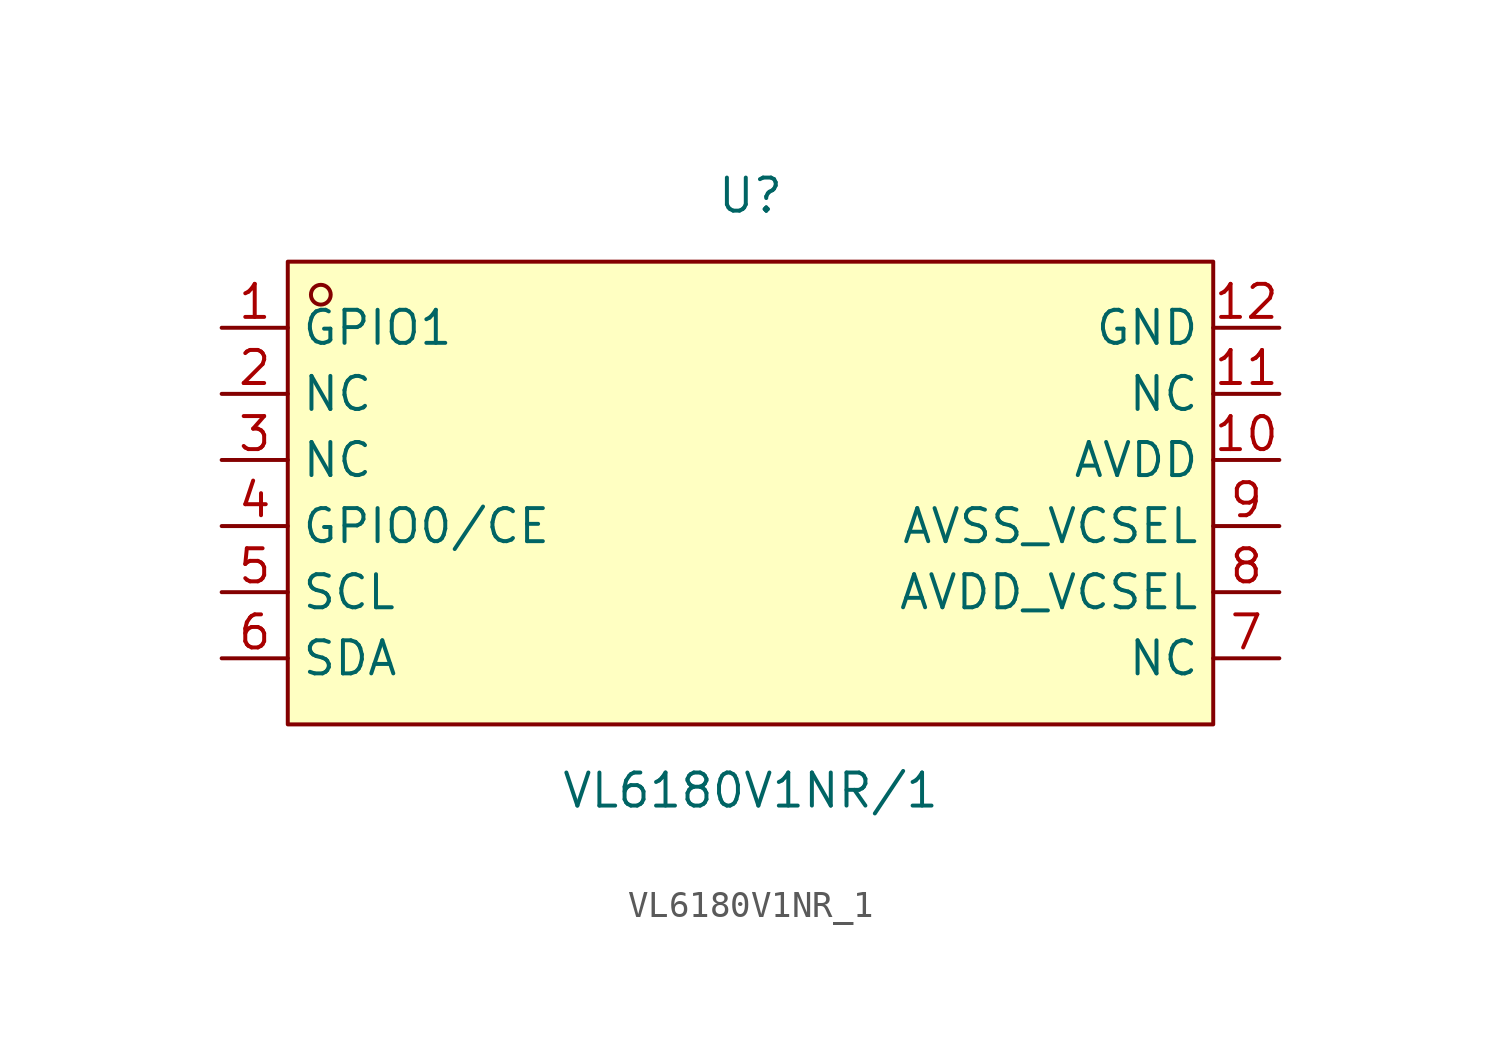
<source format=kicad_sym>
(kicad_symbol_lib
  (version 20211014)
  (generator https://github.com/uPesy/easyeda2kicad.py)
  (symbol "VL6180V1NR_1"
    (property "Reference" "U"
      (at 0 11.43 0)
      (effects (font (size 1.27 1.27))))
    (property "Value" "VL6180V1NR/1"
      (at 0 -11.43 0)
      (effects (font (size 1.27 1.27))))
    (symbol "VL6180V1NR_1_0_1"
      (rectangle (start -17.78 8.89) (end 17.78 -8.89) (stroke (width 0) (type default) (color 0 0 0 0)) (fill (type background)))
      (circle (center -16.51 7.62) (radius 0.38) (stroke (width 0) (type default) (color 0 0 0 0)) (fill (type none)))
      (pin unspecified line (at -20.32 6.35 0) (length 2.54) (name "GPIO1" (effects (font (size 1.27 1.27)))) (number "1" (effects (font (size 1.27 1.27)))))
      (pin unspecified line (at -20.32 3.81 0) (length 2.54) (name "NC" (effects (font (size 1.27 1.27)))) (number "2" (effects (font (size 1.27 1.27)))))
      (pin unspecified line (at -20.32 1.27 0) (length 2.54) (name "NC" (effects (font (size 1.27 1.27)))) (number "3" (effects (font (size 1.27 1.27)))))
      (pin unspecified line (at -20.32 -1.27 0) (length 2.54) (name "GPIO0/CE" (effects (font (size 1.27 1.27)))) (number "4" (effects (font (size 1.27 1.27)))))
      (pin unspecified line (at -20.32 -3.81 0) (length 2.54) (name "SCL" (effects (font (size 1.27 1.27)))) (number "5" (effects (font (size 1.27 1.27)))))
      (pin unspecified line (at -20.32 -6.35 0) (length 2.54) (name "SDA" (effects (font (size 1.27 1.27)))) (number "6" (effects (font (size 1.27 1.27)))))
      (pin unspecified line (at 20.32 -6.35 180) (length 2.54) (name "NC" (effects (font (size 1.27 1.27)))) (number "7" (effects (font (size 1.27 1.27)))))
      (pin unspecified line (at 20.32 -3.81 180) (length 2.54) (name "AVDD_VCSEL" (effects (font (size 1.27 1.27)))) (number "8" (effects (font (size 1.27 1.27)))))
      (pin unspecified line (at 20.32 -1.27 180) (length 2.54) (name "AVSS_VCSEL" (effects (font (size 1.27 1.27)))) (number "9" (effects (font (size 1.27 1.27)))))
      (pin unspecified line (at 20.32 1.27 180) (length 2.54) (name "AVDD" (effects (font (size 1.27 1.27)))) (number "10" (effects (font (size 1.27 1.27)))))
      (pin unspecified line (at 20.32 3.81 180) (length 2.54) (name "NC" (effects (font (size 1.27 1.27)))) (number "11" (effects (font (size 1.27 1.27)))))
      (pin unspecified line (at 20.32 6.35 180) (length 2.54) (name "GND" (effects (font (size 1.27 1.27)))) (number "12" (effects (font (size 1.27 1.27))))))))
</source>
